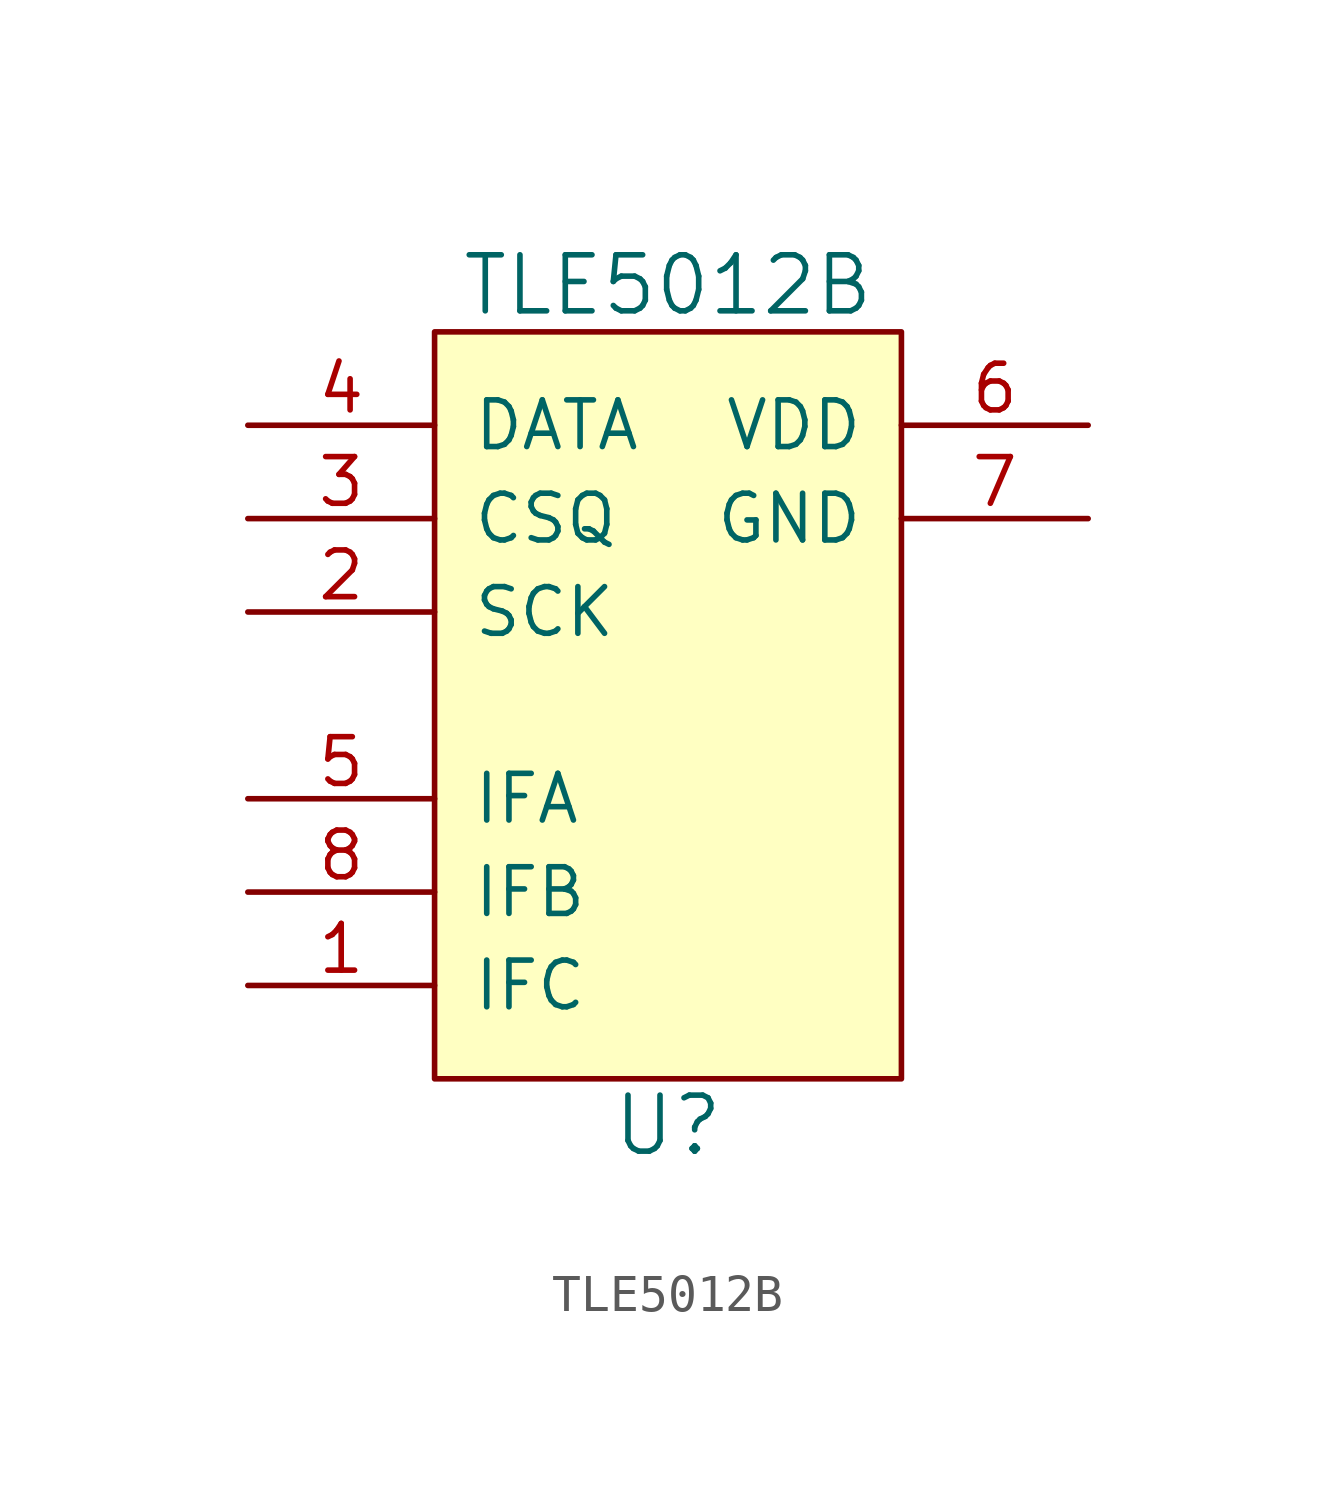
<source format=kicad_sym>
(kicad_symbol_lib
  (version 20211014)
  (generator kicad_symbol_editor)
  (symbol "TLE5012B"
    (pin_names
      (offset 1.016))
    (property "Reference" "U"
      (at 0 -11.43 0)
      (effects (font (size 1.524 1.524))))
    (property "Value" "TLE5012B"
      (at 0 11.43 0)
      (effects (font (size 1.524 1.524))))
    (property "Footprint" ""
      (at -10.16 5.08 0)
      (effects (font (size 1.524 1.524))))
    (property "Datasheet" ""
      (at -10.16 5.08 0)
      (effects (font (size 1.524 1.524))))
    (symbol "TLE5012B_0_1"
      (rectangle (start -6.35 10.16) (end 6.35 -10.16) (stroke (width 0) (type default) (color 0 0 0 0)) (fill (type background))))
    (symbol "TLE5012B_1_1"
      (pin input line (at -11.43 -7.62 0) (length 5.08) (name "IFC" (effects (font (size 1.27 1.27)))) (number "1" (effects (font (size 1.27 1.27)))))
      (pin input line (at -11.43 2.54 0) (length 5.08) (name "SCK" (effects (font (size 1.27 1.27)))) (number "2" (effects (font (size 1.27 1.27)))))
      (pin input line (at -11.43 5.08 0) (length 5.08) (name "CSQ" (effects (font (size 1.27 1.27)))) (number "3" (effects (font (size 1.27 1.27)))))
      (pin input line (at -11.43 7.62 0) (length 5.08) (name "DATA" (effects (font (size 1.27 1.27)))) (number "4" (effects (font (size 1.27 1.27)))))
      (pin input line (at -11.43 -2.54 0) (length 5.08) (name "IFA" (effects (font (size 1.27 1.27)))) (number "5" (effects (font (size 1.27 1.27)))))
      (pin input line (at 11.43 7.62 180) (length 5.08) (name "VDD" (effects (font (size 1.27 1.27)))) (number "6" (effects (font (size 1.27 1.27)))))
      (pin input line (at 11.43 5.08 180) (length 5.08) (name "GND" (effects (font (size 1.27 1.27)))) (number "7" (effects (font (size 1.27 1.27)))))
      (pin input line (at -11.43 -5.08 0) (length 5.08) (name "IFB" (effects (font (size 1.27 1.27)))) (number "8" (effects (font (size 1.27 1.27))))))))
</source>
